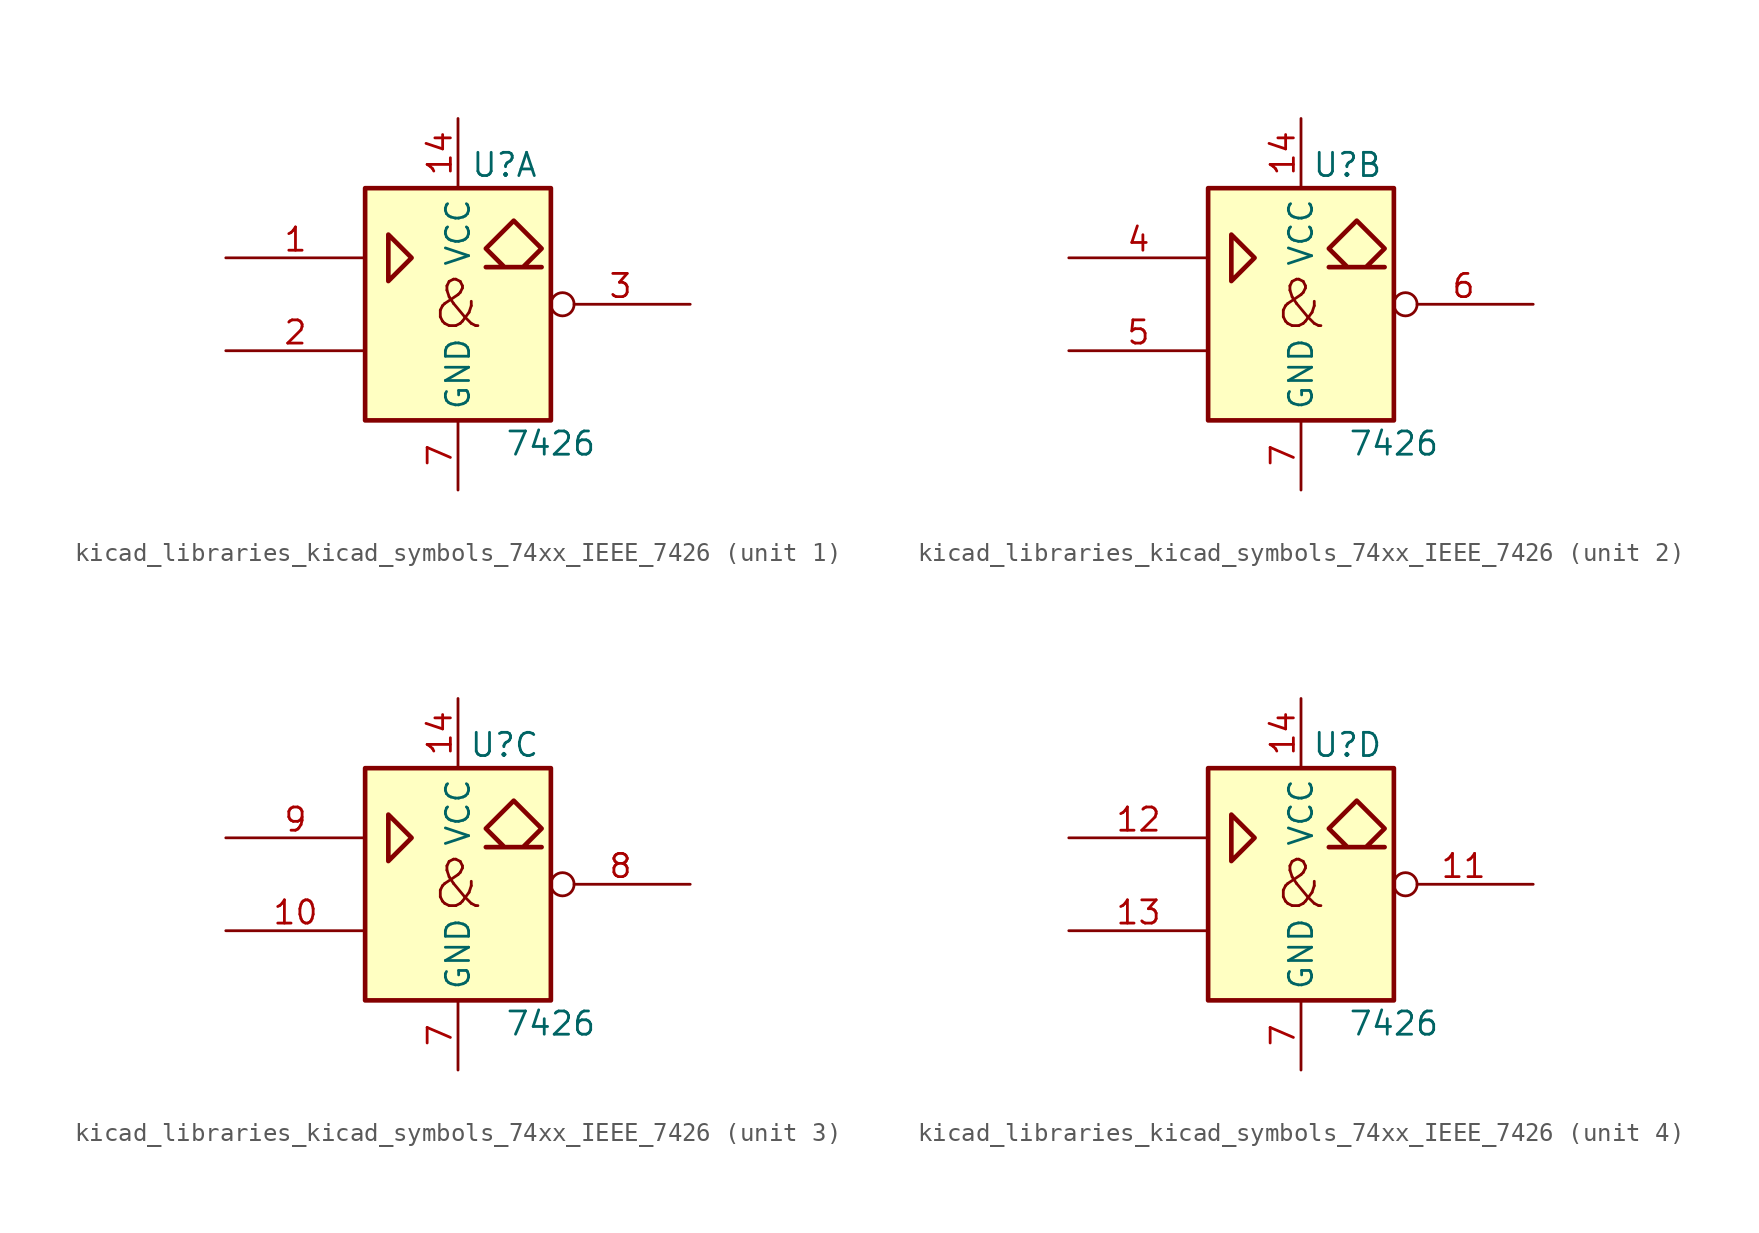
<source format=kicad_sym>
(kicad_symbol_lib
  (version 20220914)
  (generator kicad_symbol_editor)
  (symbol "kicad_libraries_kicad_symbols_74xx_IEEE_7426"
    (property "Reference" "U"
      (at 2.54 7.62 0)
      (effects (font (size 1.27 1.27))))
    (property "Value" "7426"
      (at 5.08 -7.62 0)
      (effects (font (size 1.27 1.27))))
    (symbol "kicad_libraries_kicad_symbols_74xx_IEEE_7426_0_0"
      (polyline (pts (xy -3.81 3.81) (xy -3.81 1.27) (xy -2.54 2.54) (xy -3.81 3.81) (xy -3.81 3.81)) (stroke (width 0.254) (type default)) (fill (type background)))
      (polyline (pts (xy 2.54 2.032) (xy 1.524 3.048) (xy 3.048 4.572) (xy 4.572 3.048) (xy 3.556 2.032) (xy 4.572 2.032) (xy 1.524 2.032) (xy 1.524 2.032)) (stroke (width 0.254) (type default)) (fill (type background)))
      (text "&" (at 0 0 0) (effects (font (size 2.54 2.54))))
      (pin power_in line (at 0 10.16 270) (length 3.81) (name "VCC" (effects (font (size 1.27 1.27)))) (number "14" (effects (font (size 1.27 1.27))))))
    (symbol "kicad_libraries_kicad_symbols_74xx_IEEE_7426_0_1"
      (rectangle (start -5.08 6.35) (end 5.08 -6.35) (stroke (width 0.254) (type default)) (fill (type background)))
      (pin power_in line (at 0 -10.16 90) (length 3.81) (name "GND" (effects (font (size 1.27 1.27)))) (number "7" (effects (font (size 1.27 1.27))))))
    (symbol "kicad_libraries_kicad_symbols_74xx_IEEE_7426_1_1"
      (pin input line (at -12.7 2.54 0) (length 7.62) (name "~" (effects (font (size 1.27 1.27)))) (number "1" (effects (font (size 1.27 1.27)))))
      (pin input line (at -12.7 -2.54 0) (length 7.62) (name "~" (effects (font (size 1.27 1.27)))) (number "2" (effects (font (size 1.27 1.27)))))
      (pin open_collector inverted (at 12.7 0 180) (length 7.62) (name "~" (effects (font (size 1.27 1.27)))) (number "3" (effects (font (size 1.27 1.27))))))
    (symbol "kicad_libraries_kicad_symbols_74xx_IEEE_7426_2_1"
      (pin input line (at -12.7 2.54 0) (length 7.62) (name "~" (effects (font (size 1.27 1.27)))) (number "4" (effects (font (size 1.27 1.27)))))
      (pin input line (at -12.7 -2.54 0) (length 7.62) (name "~" (effects (font (size 1.27 1.27)))) (number "5" (effects (font (size 1.27 1.27)))))
      (pin open_collector inverted (at 12.7 0 180) (length 7.62) (name "~" (effects (font (size 1.27 1.27)))) (number "6" (effects (font (size 1.27 1.27))))))
    (symbol "kicad_libraries_kicad_symbols_74xx_IEEE_7426_3_1"
      (pin input line (at -12.7 -2.54 0) (length 7.62) (name "~" (effects (font (size 1.27 1.27)))) (number "10" (effects (font (size 1.27 1.27)))))
      (pin open_collector inverted (at 12.7 0 180) (length 7.62) (name "~" (effects (font (size 1.27 1.27)))) (number "8" (effects (font (size 1.27 1.27)))))
      (pin input line (at -12.7 2.54 0) (length 7.62) (name "~" (effects (font (size 1.27 1.27)))) (number "9" (effects (font (size 1.27 1.27))))))
    (symbol "kicad_libraries_kicad_symbols_74xx_IEEE_7426_4_1"
      (pin open_collector inverted (at 12.7 0 180) (length 7.62) (name "~" (effects (font (size 1.27 1.27)))) (number "11" (effects (font (size 1.27 1.27)))))
      (pin input line (at -12.7 2.54 0) (length 7.62) (name "~" (effects (font (size 1.27 1.27)))) (number "12" (effects (font (size 1.27 1.27)))))
      (pin input line (at -12.7 -2.54 0) (length 7.62) (name "~" (effects (font (size 1.27 1.27)))) (number "13" (effects (font (size 1.27 1.27))))))))
</source>
